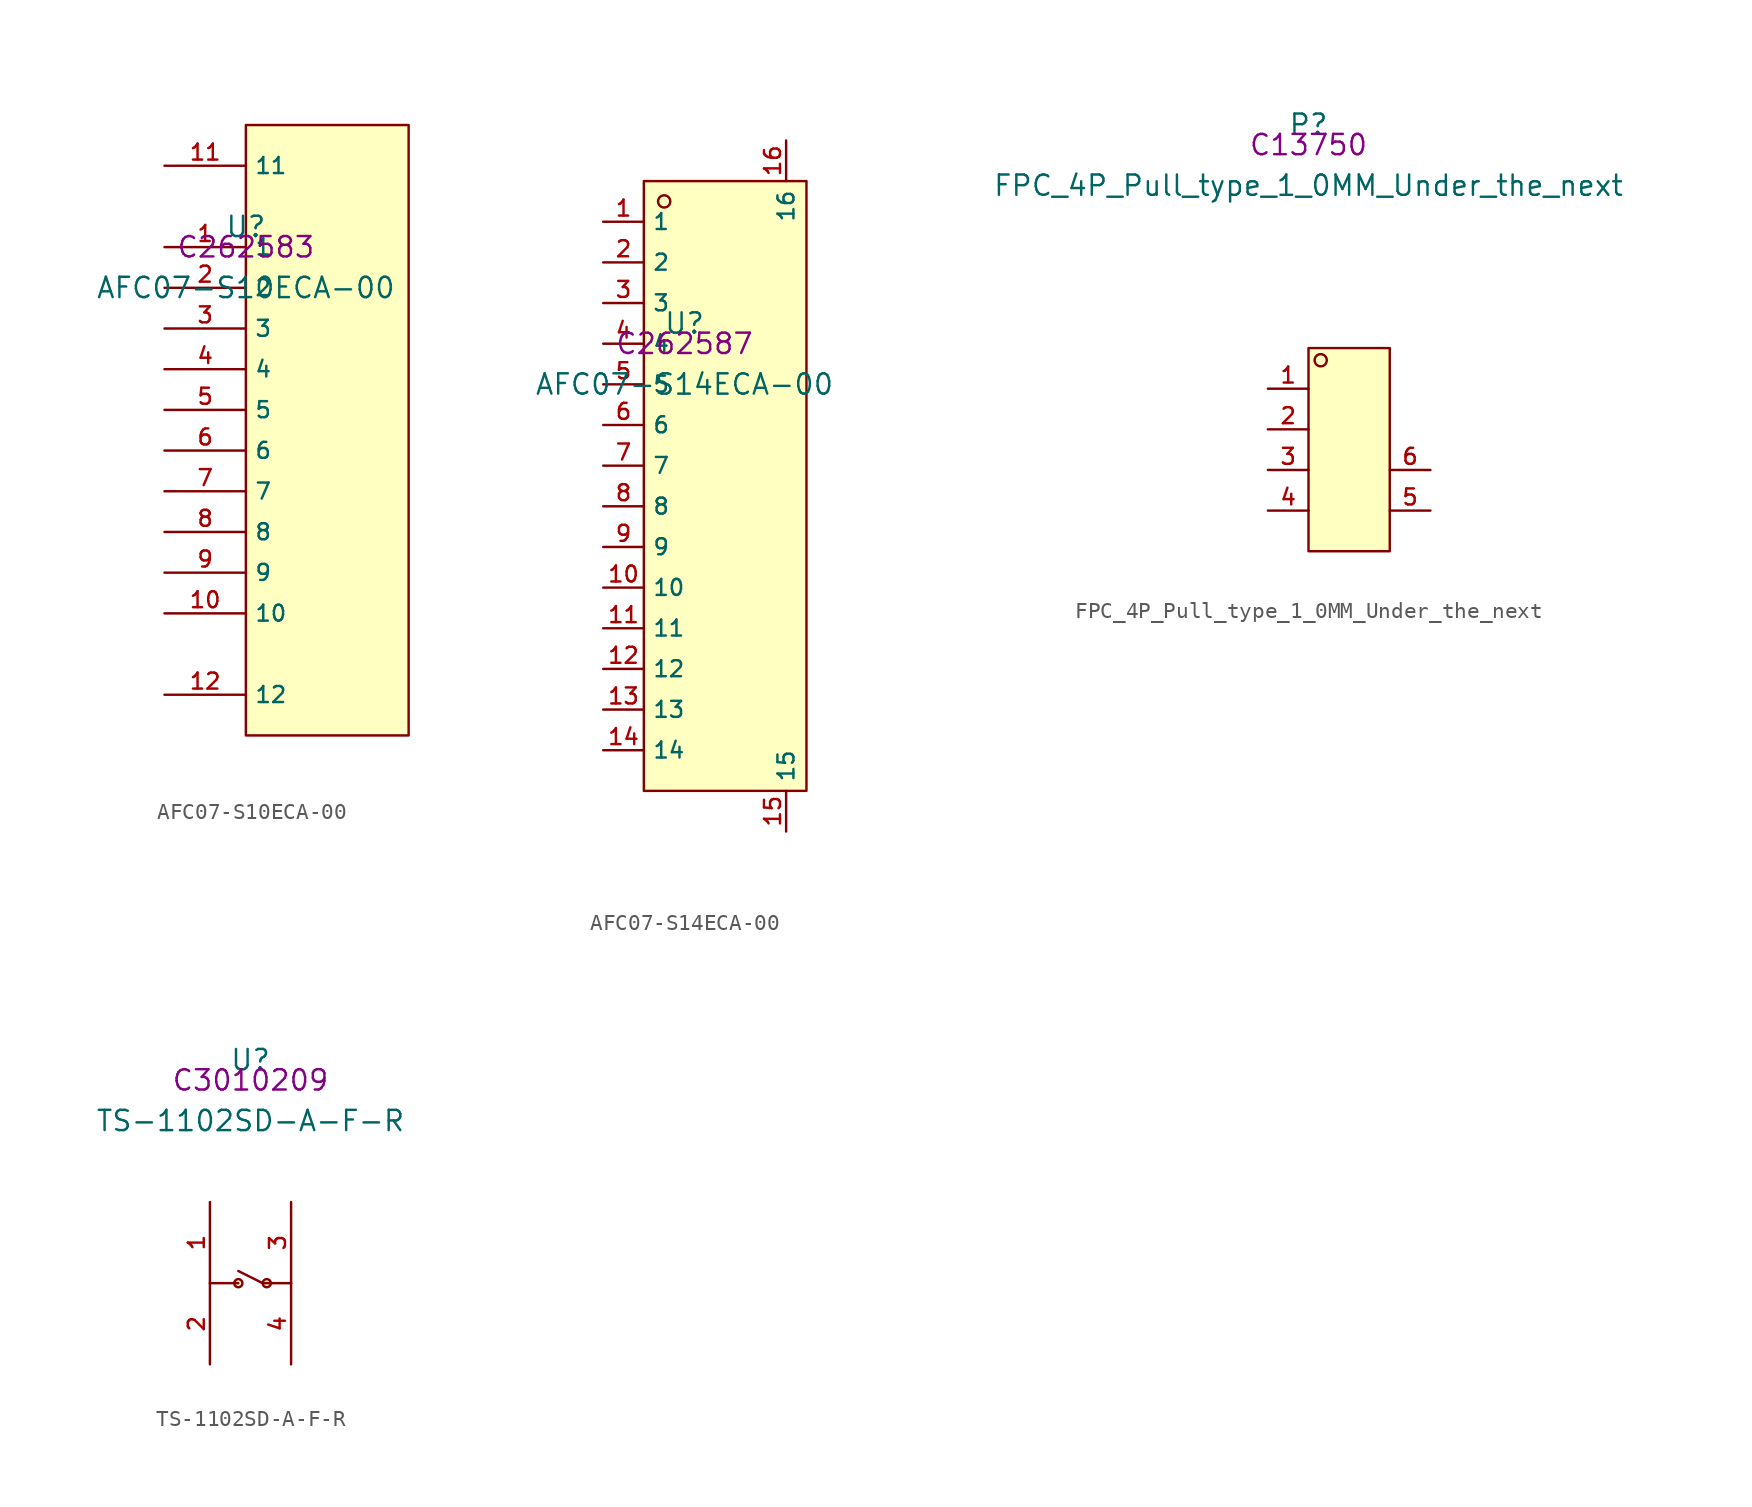
<source format=kicad_sym>
(kicad_symbol_lib
  (version 20210201)
  (generator TousstNicolas/JLC2KiCad_lib)
  (symbol "AFC07-S10ECA-00"
    (property "Reference" "U"
      (at 0 1.27 0)
      (effects (font (size 1.27 1.27))))
    (property "Value" "AFC07-S10ECA-00"
      (at 0 -2.54 0)
      (effects (font (size 1.27 1.27))))
    (property "LCSC" "C262583"
      (at 0 0 0)
      (effects (font (size 1.27 1.27))))
    (symbol "AFC07-S10ECA-00_0_0"
      (rectangle (start 0.0 7.62) (end 10.16 -30.48) (stroke (width 0) (type default) (color 0 0 0 0)) (fill (type background)))
      (pin unspecified line (at -5.08 0.0 0) (length 5.08) (name "1" (effects (font (size 1 1)))) (number "1" (effects (font (size 1 1)))))
      (pin unspecified line (at -5.08 -2.54 0) (length 5.08) (name "2" (effects (font (size 1 1)))) (number "2" (effects (font (size 1 1)))))
      (pin unspecified line (at -5.08 -5.08 0) (length 5.08) (name "3" (effects (font (size 1 1)))) (number "3" (effects (font (size 1 1)))))
      (pin unspecified line (at -5.08 -7.62 0) (length 5.08) (name "4" (effects (font (size 1 1)))) (number "4" (effects (font (size 1 1)))))
      (pin unspecified line (at -5.08 -10.16 0) (length 5.08) (name "5" (effects (font (size 1 1)))) (number "5" (effects (font (size 1 1)))))
      (pin unspecified line (at -5.08 -12.7 0) (length 5.08) (name "6" (effects (font (size 1 1)))) (number "6" (effects (font (size 1 1)))))
      (pin unspecified line (at -5.08 -15.24 0) (length 5.08) (name "7" (effects (font (size 1 1)))) (number "7" (effects (font (size 1 1)))))
      (pin unspecified line (at -5.08 -17.78 0) (length 5.08) (name "8" (effects (font (size 1 1)))) (number "8" (effects (font (size 1 1)))))
      (pin unspecified line (at -5.08 -20.32 0) (length 5.08) (name "9" (effects (font (size 1 1)))) (number "9" (effects (font (size 1 1)))))
      (pin unspecified line (at -5.08 -22.86 0) (length 5.08) (name "10" (effects (font (size 1 1)))) (number "10" (effects (font (size 1 1)))))
      (pin unspecified line (at -5.08 5.08 0) (length 5.08) (name "11" (effects (font (size 1 1)))) (number "11" (effects (font (size 1 1)))))
      (pin unspecified line (at -5.08 -27.94 0) (length 5.08) (name "12" (effects (font (size 1 1)))) (number "12" (effects (font (size 1 1)))))))
  (symbol "AFC07-S14ECA-00"
    (property "Reference" "U"
      (at 0 1.27 0)
      (effects (font (size 1.27 1.27))))
    (property "Value" "AFC07-S14ECA-00"
      (at 0 -2.54 0)
      (effects (font (size 1.27 1.27))))
    (property "LCSC" "C262587"
      (at 0 0 0)
      (effects (font (size 1.27 1.27))))
    (symbol "AFC07-S14ECA-00_0_0"
      (rectangle (start -2.54 10.16) (end 7.62 -27.94) (stroke (width 0) (type default) (color 0 0 0 0)) (fill (type background)))
      (circle (center -1.27 8.89) (radius 0.381) (stroke (width 0) (type default) (color 0 0 0 0)) (fill (type background)))
      (pin unspecified line (at -5.08 7.62 0) (length 2.54) (name "1" (effects (font (size 1 1)))) (number "1" (effects (font (size 1 1)))))
      (pin unspecified line (at -5.08 5.08 0) (length 2.54) (name "2" (effects (font (size 1 1)))) (number "2" (effects (font (size 1 1)))))
      (pin unspecified line (at -5.08 2.54 0) (length 2.54) (name "3" (effects (font (size 1 1)))) (number "3" (effects (font (size 1 1)))))
      (pin unspecified line (at -5.08 0.0 0) (length 2.54) (name "4" (effects (font (size 1 1)))) (number "4" (effects (font (size 1 1)))))
      (pin unspecified line (at -5.08 -2.54 0) (length 2.54) (name "5" (effects (font (size 1 1)))) (number "5" (effects (font (size 1 1)))))
      (pin unspecified line (at -5.08 -5.08 0) (length 2.54) (name "6" (effects (font (size 1 1)))) (number "6" (effects (font (size 1 1)))))
      (pin unspecified line (at -5.08 -7.62 0) (length 2.54) (name "7" (effects (font (size 1 1)))) (number "7" (effects (font (size 1 1)))))
      (pin unspecified line (at -5.08 -10.16 0) (length 2.54) (name "8" (effects (font (size 1 1)))) (number "8" (effects (font (size 1 1)))))
      (pin unspecified line (at -5.08 -12.7 0) (length 2.54) (name "9" (effects (font (size 1 1)))) (number "9" (effects (font (size 1 1)))))
      (pin unspecified line (at -5.08 -15.24 0) (length 2.54) (name "10" (effects (font (size 1 1)))) (number "10" (effects (font (size 1 1)))))
      (pin unspecified line (at -5.08 -17.78 0) (length 2.54) (name "11" (effects (font (size 1 1)))) (number "11" (effects (font (size 1 1)))))
      (pin unspecified line (at -5.08 -20.32 0) (length 2.54) (name "12" (effects (font (size 1 1)))) (number "12" (effects (font (size 1 1)))))
      (pin unspecified line (at -5.08 -22.86 0) (length 2.54) (name "13" (effects (font (size 1 1)))) (number "13" (effects (font (size 1 1)))))
      (pin unspecified line (at -5.08 -25.4 0) (length 2.54) (name "14" (effects (font (size 1 1)))) (number "14" (effects (font (size 1 1)))))
      (pin unspecified line (at 6.35 -30.48 90) (length 2.54) (name "15" (effects (font (size 1 1)))) (number "15" (effects (font (size 1 1)))))
      (pin unspecified line (at 6.35 12.7 270) (length 2.54) (name "16" (effects (font (size 1 1)))) (number "16" (effects (font (size 1 1)))))))
  (symbol "FPC_4P_Pull_type_1_0MM_Under_the_next"
    (pin_names hide)
    (property "Reference" "P"
      (at 0 1.27 0)
      (effects (font (size 1.27 1.27))))
    (property "Value" "FPC_4P_Pull_type_1_0MM_Under_the_next"
      (at 0 -2.54 0)
      (effects (font (size 1.27 1.27))))
    (property "LCSC" "C13750"
      (at 0 0 0)
      (effects (font (size 1.27 1.27))))
    (symbol "FPC_4P_Pull_type_1_0MM_Under_the_next_0_0"
      (rectangle (start 0.0 -12.7) (end 5.08 -25.4) (stroke (width 0) (type default) (color 0 0 0 0)) (fill (type background)))
      (circle (center 0.762 -13.462) (radius 0.381) (stroke (width 0) (type default) (color 0 0 0 0)) (fill (type background)))
      (pin unspecified line (at -2.54 -15.24 0) (length 2.54) (name "1" (effects (font (size 1 1)))) (number "1" (effects (font (size 1 1)))))
      (pin unspecified line (at -2.54 -17.78 0) (length 2.54) (name "2" (effects (font (size 1 1)))) (number "2" (effects (font (size 1 1)))))
      (pin unspecified line (at -2.54 -20.32 0) (length 2.54) (name "3" (effects (font (size 1 1)))) (number "3" (effects (font (size 1 1)))))
      (pin unspecified line (at -2.54 -22.86 0) (length 2.54) (name "4" (effects (font (size 1 1)))) (number "4" (effects (font (size 1 1)))))
      (pin unspecified line (at 7.62 -22.86 180) (length 2.54) (name "5" (effects (font (size 1 1)))) (number "5" (effects (font (size 1 1)))))
      (pin unspecified line (at 7.62 -20.32 180) (length 2.54) (name "6" (effects (font (size 1 1)))) (number "6" (effects (font (size 1 1)))))))
  (symbol "TS-1102SD-A-F-R"
    (pin_names hide)
    (property "Reference" "U"
      (at 0 1.27 0)
      (effects (font (size 1.27 1.27))))
    (property "Value" "TS-1102SD-A-F-R"
      (at 0 -2.54 0)
      (effects (font (size 1.27 1.27))))
    (property "LCSC" "C3010209"
      (at 0 0 0)
      (effects (font (size 1.27 1.27))))
    (symbol "TS-1102SD-A-F-R_0_0"
      (pin unspecified line (at 2.54 -7.62 270) (length 5.08) (name "3" (effects (font (size 1 1)))) (number "3" (effects (font (size 1 1)))))
      (pin unspecified line (at 2.54 -17.78 90) (length 5.08) (name "4" (effects (font (size 1 1)))) (number "4" (effects (font (size 1 1)))))
      (pin unspecified line (at -2.54 -17.78 90) (length 5.08) (name "2" (effects (font (size 1 1)))) (number "2" (effects (font (size 1 1)))))
      (pin unspecified line (at -2.54 -7.62 270) (length 5.08) (name "1" (effects (font (size 1 1)))) (number "1" (effects (font (size 1 1)))))
      (polyline (pts (xy -0.762 -11.938) (xy 0.762 -12.7)) (stroke (width 0) (type default) (color 0 0 0 0)) (fill (type none)))
      (circle (center 1.016 -12.7) (radius 0.254) (stroke (width 0) (type default) (color 0 0 0 0)) (fill (type background)))
      (circle (center -0.762 -12.7) (radius 0.254) (stroke (width 0) (type default) (color 0 0 0 0)) (fill (type background)))
      (polyline (pts (xy 2.54 -12.7) (xy 0.762 -12.7)) (stroke (width 0) (type default) (color 0 0 0 0)) (fill (type none)))
      (polyline (pts (xy -2.54 -12.7) (xy -0.762 -12.7)) (stroke (width 0) (type default) (color 0 0 0 0)) (fill (type none))))))
</source>
